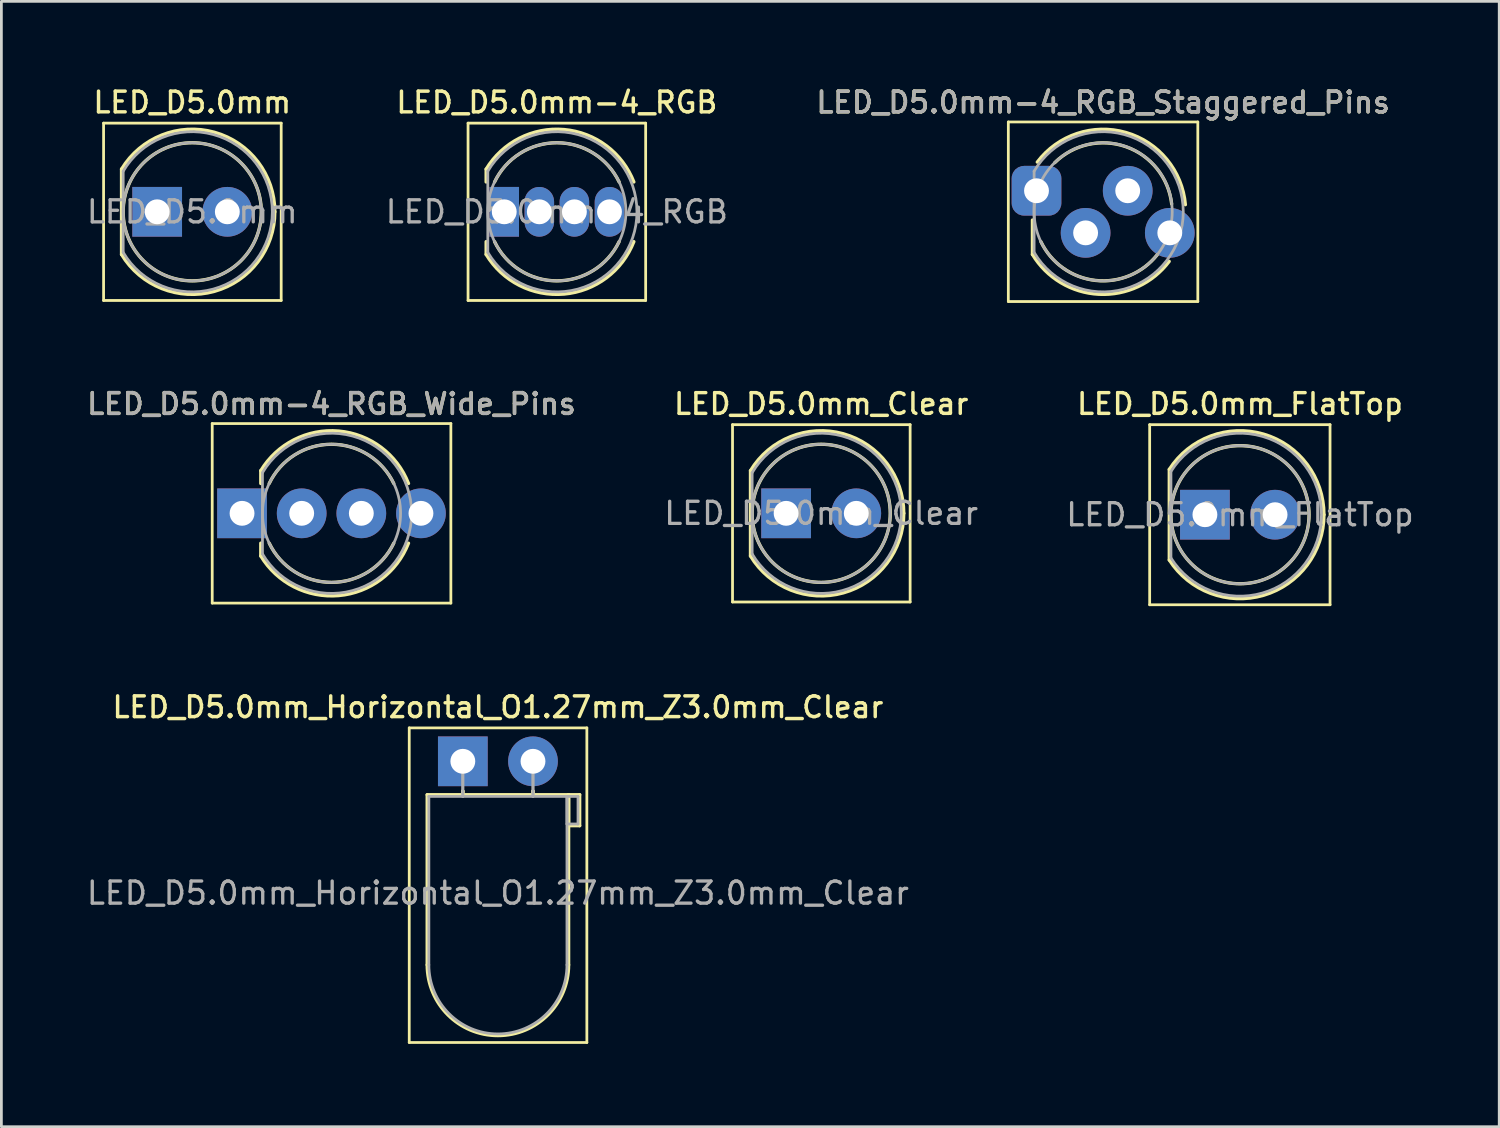
<source format=kicad_pcb>
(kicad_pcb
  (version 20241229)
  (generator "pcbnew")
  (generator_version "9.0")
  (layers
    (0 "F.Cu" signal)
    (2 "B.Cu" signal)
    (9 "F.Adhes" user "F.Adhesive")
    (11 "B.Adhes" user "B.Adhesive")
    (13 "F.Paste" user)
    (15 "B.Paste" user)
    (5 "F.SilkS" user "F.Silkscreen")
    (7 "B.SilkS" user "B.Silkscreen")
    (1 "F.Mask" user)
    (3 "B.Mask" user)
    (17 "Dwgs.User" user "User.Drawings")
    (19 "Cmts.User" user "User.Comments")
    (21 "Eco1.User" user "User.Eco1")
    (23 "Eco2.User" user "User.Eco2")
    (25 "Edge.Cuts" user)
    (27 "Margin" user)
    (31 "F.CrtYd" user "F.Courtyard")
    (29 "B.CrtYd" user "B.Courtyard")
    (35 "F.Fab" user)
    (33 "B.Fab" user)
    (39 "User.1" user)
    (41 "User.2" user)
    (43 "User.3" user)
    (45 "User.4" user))
  (footprint "LED_D5.0mm_Clear"
    (layer "F.Cu")
    (at 25.41 15.534)
    (property "Reference" "LED_D5.0mm_Clear" (at 1.27 -3.96 0) (layer "F.SilkS") (effects (font (size 0.75 0.75) (thickness 0.125))))
    (attr through_hole)
    (fp_line (start -1.94 -3.21) (end -1.94 3.21) (stroke (width 0.1) (type solid)) (layer "F.SilkS"))
    (fp_line (start -1.94 3.21) (end 4.49 3.21) (stroke (width 0.1) (type solid)) (layer "F.SilkS"))
    (fp_line (start -1.29 -1.545) (end -1.29 1.545) (stroke (width 0.12) (type solid)) (layer "F.SilkS"))
    (fp_line (start 4.49 -3.21) (end -1.94 -3.21) (stroke (width 0.1) (type solid)) (layer "F.SilkS"))
    (fp_line (start 4.49 3.21) (end 4.49 -3.21) (stroke (width 0.1) (type solid)) (layer "F.SilkS"))
    (fp_arc (start -1.29 -1.54483) (mid 2.071756 -2.880501) (end 4.26 -0.000048) (stroke (width 0.12) (type solid)) (layer "F.SilkS"))
    (fp_arc (start 4.26 0.000048) (mid 2.071756 2.880501) (end -1.29 1.54483) (stroke (width 0.12) (type solid)) (layer "F.SilkS"))
    (fp_circle (center 1.27 0) (end 3.77 0) (stroke (width 0.12) (type solid)) (fill no) (layer "F.SilkS"))
    (fp_line (start -1.23 -1.47) (end -1.23 1.47) (stroke (width 0.1) (type solid)) (layer "F.Fab"))
    (fp_arc (start -1.23 -1.469694) (mid 4.17 -0.000045) (end -1.229954 1.469772) (stroke (width 0.1) (type solid)) (layer "F.Fab"))
    (fp_circle (center 1.27 0) (end 3.77 0) (stroke (width 0.1) (type solid)) (fill no) (layer "F.Fab"))
    (fp_text user "${REFERENCE}" (at 1.27 0 0) (layer "F.Fab") (effects (font (size 0.8 0.8) (thickness 0.12))))
    (pad "1" thru_hole rect (at 0 0) (size 1.8 1.8) (drill 0.9) (layers "*.Cu" "*.Mask"))
    (pad "2" thru_hole circle (at 2.54 0) (size 1.8 1.8) (drill 0.9) (layers "*.Cu" "*.Mask")))
  (footprint "LED_D5.0mm"
    (layer "F.Cu")
    (at 2.64 4.618)
    (property "Reference" "LED_D5.0mm" (at 1.27 -3.96 0) (layer "F.SilkS") (effects (font (size 0.75 0.75) (thickness 0.125))))
    (attr through_hole)
    (fp_line (start -1.94 -3.21) (end -1.94 3.21) (stroke (width 0.1) (type solid)) (layer "F.SilkS"))
    (fp_line (start -1.94 3.21) (end 4.49 3.21) (stroke (width 0.1) (type solid)) (layer "F.SilkS"))
    (fp_line (start -1.29 -1.545) (end -1.29 1.545) (stroke (width 0.12) (type solid)) (layer "F.SilkS"))
    (fp_line (start 4.49 -3.21) (end -1.94 -3.21) (stroke (width 0.1) (type solid)) (layer "F.SilkS"))
    (fp_line (start 4.49 3.21) (end 4.49 -3.21) (stroke (width 0.1) (type solid)) (layer "F.SilkS"))
    (fp_arc (start -1.29 -1.54483) (mid 2.071756 -2.880501) (end 4.26 -0.000048) (stroke (width 0.12) (type solid)) (layer "F.SilkS"))
    (fp_arc (start 4.26 0.000048) (mid 2.071756 2.880501) (end -1.29 1.54483) (stroke (width 0.12) (type solid)) (layer "F.SilkS"))
    (fp_circle (center 1.27 0) (end 3.77 0) (stroke (width 0.12) (type solid)) (fill no) (layer "F.SilkS"))
    (fp_line (start -1.23 -1.47) (end -1.23 1.47) (stroke (width 0.1) (type solid)) (layer "F.Fab"))
    (fp_arc (start -1.23 -1.469694) (mid 4.17 -0.000045) (end -1.229954 1.469772) (stroke (width 0.1) (type solid)) (layer "F.Fab"))
    (fp_circle (center 1.27 0) (end 3.77 0) (stroke (width 0.1) (type solid)) (fill no) (layer "F.Fab"))
    (fp_text user "${REFERENCE}" (at 1.27 0 0) (layer "F.Fab") (effects (font (size 0.8 0.8) (thickness 0.12))))
    (pad "1" thru_hole rect (at 0 0) (size 1.8 1.8) (drill 0.9) (layers "*.Cu" "*.Mask"))
    (pad "2" thru_hole circle (at 2.54 0) (size 1.8 1.8) (drill 0.9) (layers "*.Cu" "*.Mask")))
  (footprint "LED_D5.0mm-4_RGB_Wide_Pins"
    (layer "F.Cu")
    (at 5.713 15.534)
    (property "Reference" "LED_D5.0mm-4_RGB_Wide_Pins" (at 3.239 -3.96 0) (layer "F.SilkS") (effects (font (size 0.75 0.75) (thickness 0.125))))
    (attr through_hole)
    (fp_line (start -1.08 -3.25) (end -1.08 3.25) (stroke (width 0.1) (type solid)) (layer "F.SilkS"))
    (fp_line (start -1.08 3.25) (end 7.56 3.25) (stroke (width 0.1) (type solid)) (layer "F.SilkS"))
    (fp_line (start 0.678 -1.545) (end 0.678 -1.08) (stroke (width 0.12) (type solid)) (layer "F.SilkS"))
    (fp_line (start 0.678 1.08) (end 0.678 1.545) (stroke (width 0.12) (type solid)) (layer "F.SilkS"))
    (fp_line (start 7.56 -3.25) (end -1.08 -3.25) (stroke (width 0.1) (type solid)) (layer "F.SilkS"))
    (fp_line (start 7.56 3.25) (end 7.56 -3.25) (stroke (width 0.1) (type solid)) (layer "F.SilkS"))
    (fp_arc (start 0.6785 -1.54483) (mid 3.496956 -2.978809) (end 6.026315 -1.080827) (stroke (width 0.12) (type solid)) (layer "F.SilkS"))
    (fp_arc (start 0.983816 -1.08) (mid 3.238262 -2.5) (end 5.492979 -1.080429) (stroke (width 0.12) (type solid)) (layer "F.SilkS"))
    (fp_arc (start 5.492979 1.080429) (mid 3.238262 2.5) (end 0.983816 1.08) (stroke (width 0.12) (type solid)) (layer "F.SilkS"))
    (fp_arc (start 6.026315 1.080827) (mid 3.496956 2.978808) (end 0.6785 1.54483) (stroke (width 0.12) (type solid)) (layer "F.SilkS"))
    (fp_line (start 0.739 -1.47) (end 0.739 1.47) (stroke (width 0.1) (type solid)) (layer "F.Fab"))
    (fp_arc (start 0.7385 -1.469694) (mid 6.1385 0.000016) (end 0.738484 1.469666) (stroke (width 0.1) (type solid)) (layer "F.Fab"))
    (fp_circle (center 3.239 0) (end 5.739 0) (stroke (width 0.1) (type solid)) (fill no) (layer "F.Fab"))
    (fp_text user "${REFERENCE}" (at 3.239 -3.96 0) (layer "F.Fab") (effects (font (size 0.75 0.75) (thickness 0.125))))
    (pad "1" thru_hole rect (at 0 0) (size 1.8 1.8) (drill 0.9) (layers "*.Cu" "*.Mask"))
    (pad "2" thru_hole circle (at 2.159 0) (size 1.8 1.8) (drill 0.9) (layers "*.Cu" "*.Mask"))
    (pad "3" thru_hole circle (at 4.318 0) (size 1.8 1.8) (drill 0.9) (layers "*.Cu" "*.Mask"))
    (pad "4" thru_hole circle (at 6.477 0) (size 1.8 1.8) (drill 0.9) (layers "*.Cu" "*.Mask")))
  (footprint "LED_D5.0mm-4_RGB"
    (layer "F.Cu")
    (at 15.205 4.618)
    (property "Reference" "LED_D5.0mm-4_RGB" (at 1.905 -3.96 0) (layer "F.SilkS") (effects (font (size 0.75 0.75) (thickness 0.125))))
    (attr through_hole)
    (fp_line (start -1.31 -3.21) (end -1.31 3.21) (stroke (width 0.1) (type solid)) (layer "F.SilkS"))
    (fp_line (start -1.31 3.21) (end 5.12 3.21) (stroke (width 0.1) (type solid)) (layer "F.SilkS"))
    (fp_line (start -0.655 -1.545) (end -0.655 -1.08) (stroke (width 0.12) (type solid)) (layer "F.SilkS"))
    (fp_line (start -0.655 1.08) (end -0.655 1.545) (stroke (width 0.12) (type solid)) (layer "F.SilkS"))
    (fp_line (start 5.12 -3.21) (end -1.31 -3.21) (stroke (width 0.1) (type solid)) (layer "F.SilkS"))
    (fp_line (start 5.12 3.21) (end 5.12 -3.21) (stroke (width 0.1) (type solid)) (layer "F.SilkS"))
    (fp_arc (start -0.655 -1.54483) (mid 2.163858 -2.978774) (end 4.693107 -1.080075) (stroke (width 0.12) (type solid)) (layer "F.SilkS"))
    (fp_arc (start -0.349684 -1.08) (mid 1.904967 -2.5) (end 4.159656 -1.080059) (stroke (width 0.12) (type solid)) (layer "F.SilkS"))
    (fp_arc (start 4.159656 1.080059) (mid 1.904967 2.5) (end -0.349684 1.08) (stroke (width 0.12) (type solid)) (layer "F.SilkS"))
    (fp_arc (start 4.693107 1.080075) (mid 2.163858 2.978774) (end -0.655 1.54483) (stroke (width 0.12) (type solid)) (layer "F.SilkS"))
    (fp_line (start -0.595 -1.47) (end -0.595 1.47) (stroke (width 0.1) (type solid)) (layer "F.Fab"))
    (fp_arc (start -0.595 -1.469694) (mid 4.805 -0.000045) (end -0.594954 1.469772) (stroke (width 0.1) (type solid)) (layer "F.Fab"))
    (fp_circle (center 1.905 0) (end 4.405 0) (stroke (width 0.1) (type solid)) (fill no) (layer "F.Fab"))
    (fp_text user "${REFERENCE}" (at 1.905 0 0) (layer "F.Fab") (effects (font (size 0.8 0.8) (thickness 0.12))))
    (pad "1" thru_hole rect (at 0 0) (size 1.07 1.8) (drill 0.9) (layers "*.Cu" "*.Mask"))
    (pad "2" thru_hole oval (at 1.27 0) (size 1.07 1.8) (drill 0.9) (layers "*.Cu" "*.Mask"))
    (pad "3" thru_hole oval (at 2.54 0) (size 1.07 1.8) (drill 0.9) (layers "*.Cu" "*.Mask"))
    (pad "4" thru_hole oval (at 3.81 0) (size 1.07 1.8) (drill 0.9) (layers "*.Cu" "*.Mask")))
  (footprint "LED_D5.0mm-4_RGB_Staggered_Pins"
    (layer "F.Cu")
    (at 34.475 3.856)
    (property "Reference" "LED_D5.0mm-4_RGB_Staggered_Pins" (at 2.413 -3.198 0) (layer "F.SilkS") (effects (font (size 0.75 0.75) (thickness 0.125))))
    (attr through_hole)
    (fp_line (start -1.02 -2.49) (end 5.84 -2.49) (stroke (width 0.1) (type solid)) (layer "F.SilkS"))
    (fp_line (start -1.02 4.01) (end -1.02 -2.49) (stroke (width 0.1) (type solid)) (layer "F.SilkS"))
    (fp_line (start -0.147 1.061) (end -0.147 2.307) (stroke (width 0.12) (type solid)) (layer "F.SilkS"))
    (fp_line (start 5.84 -2.49) (end 5.84 4.01) (stroke (width 0.1) (type solid)) (layer "F.SilkS"))
    (fp_line (start 5.84 4.01) (end -1.02 4.01) (stroke (width 0.1) (type solid)) (layer "F.SilkS"))
    (fp_arc (start 0.028 -1.038) (mid 3.238737 -2.109652) (end 5.389836 0.503784) (stroke (width 0.12) (type solid)) (layer "F.SilkS"))
    (fp_arc (start 0.660401 -1.015999) (mid 3.242766 -1.592649) (end 4.89309 0.475579) (stroke (width 0.12) (type solid)) (layer "F.SilkS"))
    (fp_arc (start 4.372086 2.315056) (mid 2.134091 3.246393) (end 0.158316 1.842) (stroke (width 0.12) (type solid)) (layer "F.SilkS"))
    (fp_arc (start 4.804334 2.556887) (mid 2.262188 3.748194) (end -0.147 2.30683) (stroke (width 0.12) (type solid)) (layer "F.SilkS"))
    (fp_line (start -0.087 -0.708) (end -0.087 2.232) (stroke (width 0.1) (type solid)) (layer "F.Fab"))
    (fp_arc (start -0.087 -0.707694) (mid 5.313 0.762016) (end -0.087016 2.231666) (stroke (width 0.1) (type solid)) (layer "F.Fab"))
    (fp_circle (center 2.413 0.762) (end 4.913 0.762) (stroke (width 0.1) (type solid)) (fill no) (layer "F.Fab"))
    (fp_text user "${REFERENCE}" (at 2.413 -3.198 0) (layer "F.Fab") (effects (font (size 0.75 0.75) (thickness 0.125))))
    (pad "1" thru_hole roundrect (at 0 0) (size 1.8 1.8) (drill 0.9) (layers "*.Cu" "*.Mask") (roundrect_rratio 0.25))
    (pad "2" thru_hole circle (at 1.778 1.524) (size 1.8 1.8) (drill 0.9) (layers "*.Cu" "*.Mask"))
    (pad "3" thru_hole circle (at 3.302 0) (size 1.8 1.8) (drill 0.9) (layers "*.Cu" "*.Mask"))
    (pad "4" thru_hole circle (at 4.826 1.524) (size 1.8 1.8) (drill 0.9) (layers "*.Cu" "*.Mask")))
  (footprint "LED_D5.0mm_Horizontal_O1.27mm_Z3.0mm_Clear"
    (layer "F.Cu")
    (at 13.706 24.512)
    (property "Reference" "LED_D5.0mm_Horizontal_O1.27mm_Z3.0mm_Clear" (at 1.27 -1.96 0) (layer "F.SilkS") (effects (font (size 0.75 0.75) (thickness 0.125))))
    (attr through_hole)
    (fp_line (start -1.94 -1.21) (end -1.94 10.18) (stroke (width 0.1) (type solid)) (layer "F.SilkS"))
    (fp_line (start -1.94 10.18) (end 4.49 10.18) (stroke (width 0.1) (type solid)) (layer "F.SilkS"))
    (fp_line (start -1.29 1.21) (end -1.29 7.37) (stroke (width 0.12) (type solid)) (layer "F.SilkS"))
    (fp_line (start -1.29 1.21) (end 3.83 1.21) (stroke (width 0.12) (type solid)) (layer "F.SilkS"))
    (fp_line (start 0 1.08) (end 0 1.08) (stroke (width 0.12) (type solid)) (layer "F.SilkS"))
    (fp_line (start 0 1.08) (end 0 1.21) (stroke (width 0.12) (type solid)) (layer "F.SilkS"))
    (fp_line (start 0 1.21) (end 0 1.08) (stroke (width 0.12) (type solid)) (layer "F.SilkS"))
    (fp_line (start 0 1.21) (end 0 1.21) (stroke (width 0.12) (type solid)) (layer "F.SilkS"))
    (fp_line (start 2.54 1.08) (end 2.54 1.08) (stroke (width 0.12) (type solid)) (layer "F.SilkS"))
    (fp_line (start 2.54 1.08) (end 2.54 1.21) (stroke (width 0.12) (type solid)) (layer "F.SilkS"))
    (fp_line (start 2.54 1.21) (end 2.54 1.08) (stroke (width 0.12) (type solid)) (layer "F.SilkS"))
    (fp_line (start 2.54 1.21) (end 2.54 1.21) (stroke (width 0.12) (type solid)) (layer "F.SilkS"))
    (fp_line (start 3.83 1.21) (end 3.83 7.37) (stroke (width 0.12) (type solid)) (layer "F.SilkS"))
    (fp_line (start 3.83 1.21) (end 4.23 1.21) (stroke (width 0.12) (type solid)) (layer "F.SilkS"))
    (fp_line (start 3.83 2.33) (end 3.83 1.21) (stroke (width 0.12) (type solid)) (layer "F.SilkS"))
    (fp_line (start 4.23 1.21) (end 4.23 2.33) (stroke (width 0.12) (type solid)) (layer "F.SilkS"))
    (fp_line (start 4.23 2.33) (end 3.83 2.33) (stroke (width 0.12) (type solid)) (layer "F.SilkS"))
    (fp_line (start 4.49 -1.21) (end -1.94 -1.21) (stroke (width 0.1) (type solid)) (layer "F.SilkS"))
    (fp_line (start 4.49 10.18) (end 4.49 -1.21) (stroke (width 0.1) (type solid)) (layer "F.SilkS"))
    (fp_arc (start 3.83 7.37) (mid 1.27 9.93) (end -1.29 7.37) (stroke (width 0.12) (type solid)) (layer "F.SilkS"))
    (fp_line (start -1.23 1.27) (end -1.23 7.37) (stroke (width 0.1) (type solid)) (layer "F.Fab"))
    (fp_line (start -1.23 1.27) (end 3.77 1.27) (stroke (width 0.1) (type solid)) (layer "F.Fab"))
    (fp_line (start 0 0) (end 0 0) (stroke (width 0.1) (type solid)) (layer "F.Fab"))
    (fp_line (start 0 0) (end 0 1.27) (stroke (width 0.1) (type solid)) (layer "F.Fab"))
    (fp_line (start 0 1.27) (end 0 0) (stroke (width 0.1) (type solid)) (layer "F.Fab"))
    (fp_line (start 0 1.27) (end 0 1.27) (stroke (width 0.1) (type solid)) (layer "F.Fab"))
    (fp_line (start 2.54 0) (end 2.54 0) (stroke (width 0.1) (type solid)) (layer "F.Fab"))
    (fp_line (start 2.54 0) (end 2.54 1.27) (stroke (width 0.1) (type solid)) (layer "F.Fab"))
    (fp_line (start 2.54 1.27) (end 2.54 0) (stroke (width 0.1) (type solid)) (layer "F.Fab"))
    (fp_line (start 2.54 1.27) (end 2.54 1.27) (stroke (width 0.1) (type solid)) (layer "F.Fab"))
    (fp_line (start 3.77 1.27) (end 3.77 7.37) (stroke (width 0.1) (type solid)) (layer "F.Fab"))
    (fp_line (start 3.77 1.27) (end 4.17 1.27) (stroke (width 0.1) (type solid)) (layer "F.Fab"))
    (fp_line (start 3.77 2.27) (end 3.77 1.27) (stroke (width 0.1) (type solid)) (layer "F.Fab"))
    (fp_line (start 4.17 1.27) (end 4.17 2.27) (stroke (width 0.1) (type solid)) (layer "F.Fab"))
    (fp_line (start 4.17 2.27) (end 3.77 2.27) (stroke (width 0.1) (type solid)) (layer "F.Fab"))
    (fp_arc (start 3.77 7.37) (mid 1.27 9.87) (end -1.23 7.37) (stroke (width 0.1) (type solid)) (layer "F.Fab"))
    (fp_text user "${REFERENCE}" (at 1.27 4.77 0) (layer "F.Fab") (effects (font (size 0.8 0.8) (thickness 0.12))))
    (pad "1" thru_hole rect (at 0 0) (size 1.8 1.8) (drill 0.9) (layers "*.Cu" "*.Mask"))
    (pad "2" thru_hole circle (at 2.54 0) (size 1.8 1.8) (drill 0.9) (layers "*.Cu" "*.Mask")))
  (footprint "LED_D5.0mm_FlatTop"
    (layer "F.Cu")
    (at 40.572 15.584)
    (property "Reference" "LED_D5.0mm_FlatTop" (at 1.27 -4.01 0) (layer "F.SilkS") (effects (font (size 0.75 0.75) (thickness 0.125))))
    (attr through_hole)
    (fp_line (start -2 -3.26) (end -2 3.26) (stroke (width 0.1) (type solid)) (layer "F.SilkS"))
    (fp_line (start -2 3.26) (end 4.53 3.26) (stroke (width 0.1) (type solid)) (layer "F.SilkS"))
    (fp_line (start -1.29 -1.64) (end -1.29 1.64) (stroke (width 0.12) (type solid)) (layer "F.SilkS"))
    (fp_line (start 4.53 -3.26) (end -2 -3.26) (stroke (width 0.1) (type solid)) (layer "F.SilkS"))
    (fp_line (start 4.53 3.26) (end 4.53 -3.26) (stroke (width 0.1) (type solid)) (layer "F.SilkS"))
    (fp_arc (start -1.29 -1.639512) (mid 2.124142 -2.91754) (end 4.31 -0.000051) (stroke (width 0.12) (type solid)) (layer "F.SilkS"))
    (fp_arc (start 4.31 0.000051) (mid 2.124142 2.91754) (end -1.29 1.639512) (stroke (width 0.12) (type solid)) (layer "F.SilkS"))
    (fp_circle (center 1.27 0) (end 3.77 0) (stroke (width 0.12) (type solid)) (fill no) (layer "F.SilkS"))
    (fp_line (start -1.23 -1.566) (end -1.23 1.566) (stroke (width 0.1) (type solid)) (layer "F.Fab"))
    (fp_arc (start -1.23 -1.566046) (mid 4.22 -0.000049) (end -1.229948 1.566129) (stroke (width 0.1) (type solid)) (layer "F.Fab"))
    (fp_circle (center 1.27 0) (end 3.77 0) (stroke (width 0.1) (type solid)) (fill no) (layer "F.Fab"))
    (fp_text user "${REFERENCE}" (at 1.27 0 0) (layer "F.Fab") (effects (font (size 0.8 0.8) (thickness 0.12))))
    (pad "1" thru_hole rect (at 0 0) (size 1.8 1.8) (drill 0.9) (layers "*.Cu" "*.Mask"))
    (pad "2" thru_hole circle (at 2.54 0) (size 1.8 1.8) (drill 0.9) (layers "*.Cu" "*.Mask")))
  (gr_rect
    (start -3 -3)
    (end 51.227 37.742)
    (stroke (width 0.1) (type default))
    (fill no)
    (layer "Edge.Cuts")))
</source>
